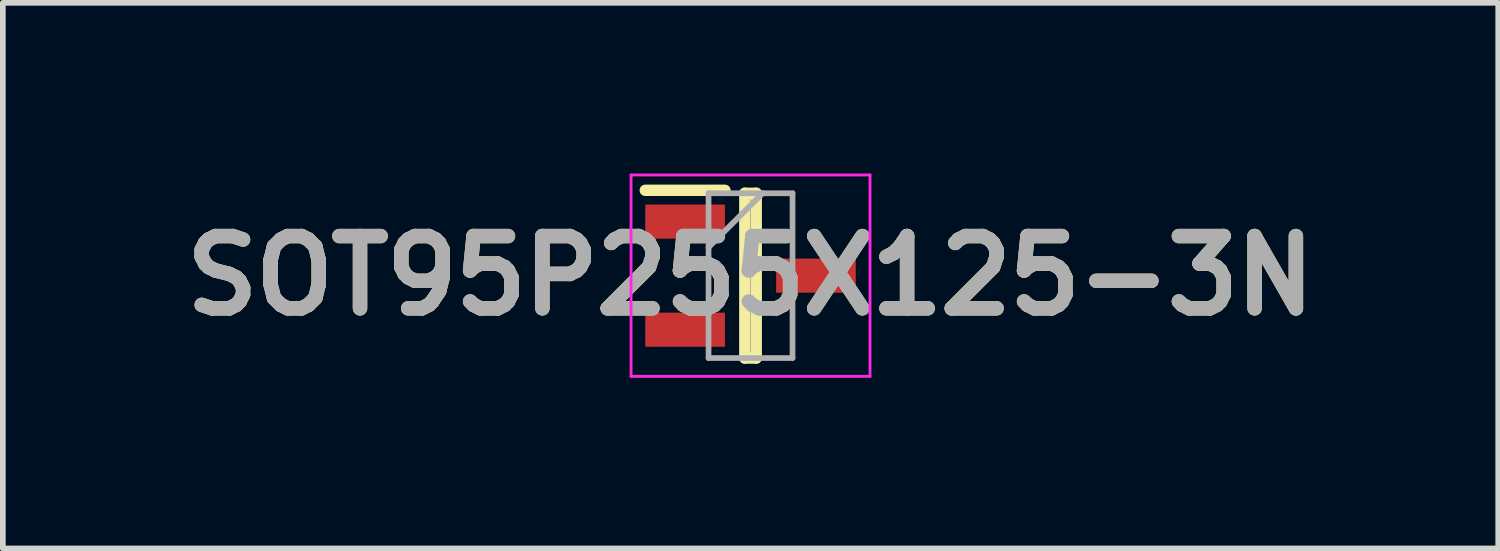
<source format=kicad_pcb>
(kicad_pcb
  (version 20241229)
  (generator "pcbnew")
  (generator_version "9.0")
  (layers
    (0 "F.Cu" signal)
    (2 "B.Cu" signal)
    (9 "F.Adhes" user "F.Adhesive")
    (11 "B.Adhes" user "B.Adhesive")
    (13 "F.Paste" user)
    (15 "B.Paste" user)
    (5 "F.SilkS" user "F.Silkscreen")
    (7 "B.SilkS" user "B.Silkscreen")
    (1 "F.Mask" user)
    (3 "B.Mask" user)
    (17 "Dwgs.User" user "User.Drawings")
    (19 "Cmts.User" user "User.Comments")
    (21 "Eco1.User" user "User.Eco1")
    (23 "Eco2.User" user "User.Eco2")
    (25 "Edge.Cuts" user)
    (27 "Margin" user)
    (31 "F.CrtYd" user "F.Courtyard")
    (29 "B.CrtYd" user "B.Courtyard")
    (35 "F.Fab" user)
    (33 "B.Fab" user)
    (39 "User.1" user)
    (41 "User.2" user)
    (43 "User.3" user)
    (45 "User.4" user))
  (footprint "SOT95P255X125-3N"
    (layer "F.Cu")
    (at 10.142 1.795)
    (property "Reference" "SOT95P255X125-3N" (at 0 0 0) (layer "F.SilkS") (effects (font (size 1.27 1.27) (thickness 0.254))))
    (attr smd)
    (fp_line (start -1.85 -1.5) (end -0.45 -1.5) (stroke (width 0.2) (type solid)) (layer "F.SilkS"))
    (fp_line (start -0.1 -1.448) (end 0.1 -1.448) (stroke (width 0.2) (type solid)) (layer "F.SilkS"))
    (fp_line (start -0.1 1.448) (end -0.1 -1.448) (stroke (width 0.2) (type solid)) (layer "F.SilkS"))
    (fp_line (start 0.1 -1.448) (end 0.1 1.448) (stroke (width 0.2) (type solid)) (layer "F.SilkS"))
    (fp_line (start 0.1 1.448) (end -0.1 1.448) (stroke (width 0.2) (type solid)) (layer "F.SilkS"))
    (fp_line (start -2.1 -1.77) (end 2.1 -1.77) (stroke (width 0.05) (type solid)) (layer "F.CrtYd"))
    (fp_line (start -2.1 1.77) (end -2.1 -1.77) (stroke (width 0.05) (type solid)) (layer "F.CrtYd"))
    (fp_line (start 2.1 -1.77) (end 2.1 1.77) (stroke (width 0.05) (type solid)) (layer "F.CrtYd"))
    (fp_line (start 2.1 1.77) (end -2.1 1.77) (stroke (width 0.05) (type solid)) (layer "F.CrtYd"))
    (fp_line (start -0.738 -1.448) (end 0.738 -1.448) (stroke (width 0.1) (type solid)) (layer "F.Fab"))
    (fp_line (start -0.738 -0.498) (end 0.212 -1.448) (stroke (width 0.1) (type solid)) (layer "F.Fab"))
    (fp_line (start -0.738 1.448) (end -0.738 -1.448) (stroke (width 0.1) (type solid)) (layer "F.Fab"))
    (fp_line (start 0.738 -1.448) (end 0.738 1.448) (stroke (width 0.1) (type solid)) (layer "F.Fab"))
    (fp_line (start 0.738 1.448) (end -0.738 1.448) (stroke (width 0.1) (type solid)) (layer "F.Fab"))
    (fp_text user "${REFERENCE}" (at 0 0 0) (layer "F.Fab") (effects (font (size 1.27 1.27) (thickness 0.254))))
    (pad "1" smd rect (at -1.15 -0.95 90) (size 0.6 1.4) (layers "F.Cu" "F.Mask" "F.Paste"))
    (pad "2" smd rect (at -1.15 0.95 90) (size 0.6 1.4) (layers "F.Cu" "F.Mask" "F.Paste"))
    (pad "3" smd rect (at 1.15 0 90) (size 0.6 1.4) (layers "F.Cu" "F.Mask" "F.Paste")))
  (gr_rect
    (start -3 -3)
    (end 23.284 6.59)
    (stroke (width 0.1) (type default))
    (fill no)
    (layer "Edge.Cuts")))
</source>
